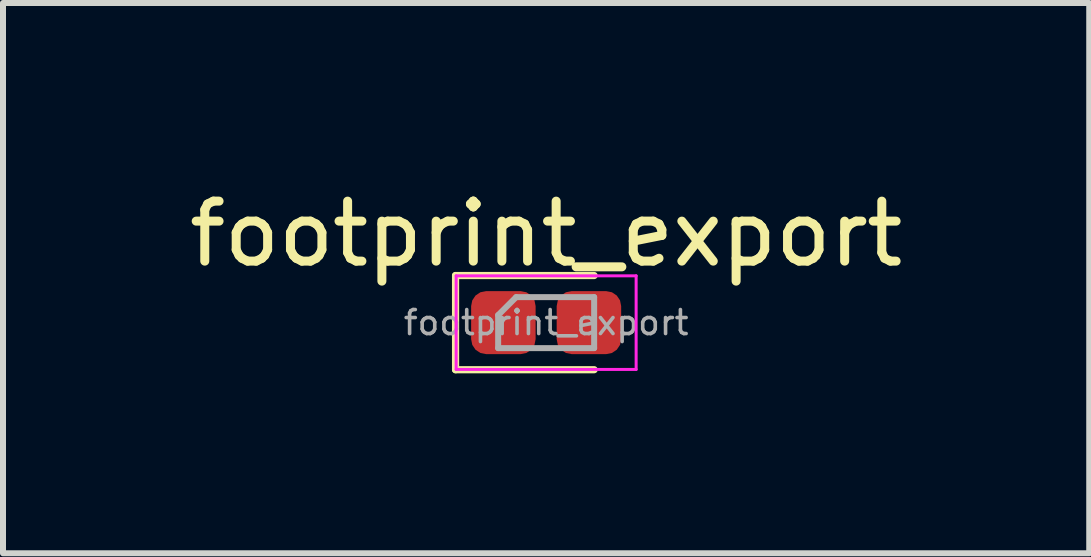
<source format=kicad_pcb>
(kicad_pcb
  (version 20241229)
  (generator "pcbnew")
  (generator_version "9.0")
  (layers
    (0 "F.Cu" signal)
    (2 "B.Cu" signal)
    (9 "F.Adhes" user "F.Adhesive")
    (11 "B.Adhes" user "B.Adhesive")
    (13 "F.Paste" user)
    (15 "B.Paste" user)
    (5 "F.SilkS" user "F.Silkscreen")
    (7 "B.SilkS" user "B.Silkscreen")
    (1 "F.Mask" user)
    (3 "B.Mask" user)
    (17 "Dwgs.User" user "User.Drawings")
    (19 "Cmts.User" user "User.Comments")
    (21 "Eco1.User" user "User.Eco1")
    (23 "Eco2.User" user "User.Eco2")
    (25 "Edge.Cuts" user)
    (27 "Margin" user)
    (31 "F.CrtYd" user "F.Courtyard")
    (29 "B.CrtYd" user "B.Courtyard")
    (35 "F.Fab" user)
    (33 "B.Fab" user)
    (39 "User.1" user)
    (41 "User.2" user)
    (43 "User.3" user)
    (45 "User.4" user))
  (footprint "footprint_export"
    (layer "F.Cu")
    (at 6.054 2.328)
    (property "Reference" "footprint_export" (at 0 -1.48 0) (layer "F.SilkS") (effects (font (size 1 1) (thickness 0.15))))
    (attr smd)
    (fp_line (start -1.51 -0.785) (end -1.51 0.785) (stroke (width 0.12) (type solid)) (layer "F.SilkS"))
    (fp_line (start -1.51 0.785) (end 0.8 0.785) (stroke (width 0.12) (type solid)) (layer "F.SilkS"))
    (fp_line (start 0.8 -0.785) (end -1.51 -0.785) (stroke (width 0.12) (type solid)) (layer "F.SilkS"))
    (fp_line (start -1.5 -0.78) (end 1.5 -0.78) (stroke (width 0.05) (type solid)) (layer "F.CrtYd"))
    (fp_line (start -1.5 0.78) (end -1.5 -0.78) (stroke (width 0.05) (type solid)) (layer "F.CrtYd"))
    (fp_line (start 1.5 -0.78) (end 1.5 0.78) (stroke (width 0.05) (type solid)) (layer "F.CrtYd"))
    (fp_line (start 1.5 0.78) (end -1.5 0.78) (stroke (width 0.05) (type solid)) (layer "F.CrtYd"))
    (fp_line (start -0.8 -0.125) (end -0.8 0.425) (stroke (width 0.1) (type solid)) (layer "F.Fab"))
    (fp_line (start -0.8 0.425) (end 0.8 0.425) (stroke (width 0.1) (type solid)) (layer "F.Fab"))
    (fp_line (start -0.5 -0.425) (end -0.8 -0.125) (stroke (width 0.1) (type solid)) (layer "F.Fab"))
    (fp_line (start 0.8 -0.425) (end -0.5 -0.425) (stroke (width 0.1) (type solid)) (layer "F.Fab"))
    (fp_line (start 0.8 0.425) (end 0.8 -0.425) (stroke (width 0.1) (type solid)) (layer "F.Fab"))
    (fp_text user "${REFERENCE}" (at 0 0 0) (layer "F.Fab") (effects (font (size 0.4 0.4) (thickness 0.06))))
    (pad "1" smd roundrect (at -0.713 0) (size 1.075 1.05) (layers "F.Cu" "F.Mask" "F.Paste") (roundrect_rratio 0.238))
    (pad "2" smd roundrect (at 0.713 0) (size 1.075 1.05) (layers "F.Cu" "F.Mask" "F.Paste") (roundrect_rratio 0.238)))
  (gr_rect
    (start -3 -3)
    (end 15.107 6.173)
    (stroke (width 0.1) (type default))
    (fill no)
    (layer "Edge.Cuts")))
</source>
